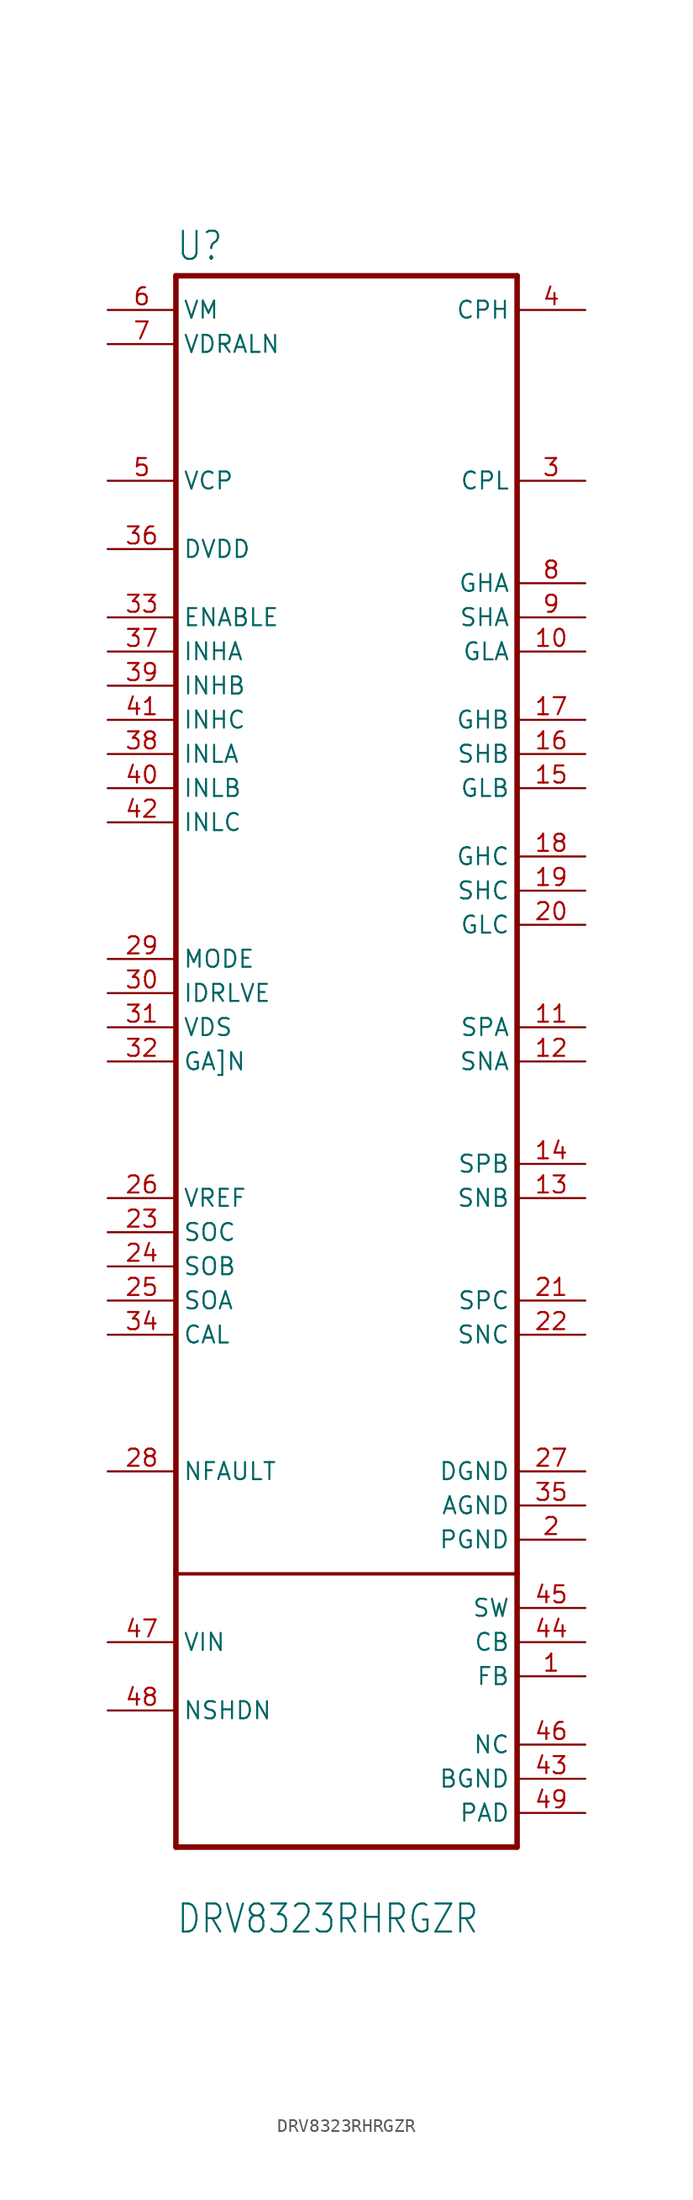
<source format=kicad_sym>
(kicad_symbol_lib
  (version 20210619)
  (generator kicad_symbol_editor)
  (symbol "DRV8323RHRGZR"
    (property "Reference" "U"
      (at -12.7 44.18 0)
      (effects (font (size 2.083 1.77)) (justify left bottom)))
    (property "Value" "DRV8323RHRGZR"
      (at -12.7 -80.2 0)
      (effects (font (size 2.083 1.77)) (justify left bottom)))
    (property "ki_locked" ""
      (at 0 0 0)
      (effects (font (size 1.27 1.27))))
    (symbol "DRV8323RHRGZR_1_0"
      (polyline (pts (xy -12.7 -73.66) (xy -12.7 -53.34)) (stroke (width 0.41)) (fill (type none)))
      (polyline (pts (xy -12.7 -53.34) (xy -12.7 43.18)) (stroke (width 0.41)) (fill (type none)))
      (polyline (pts (xy -12.7 -53.34) (xy 12.7 -53.34)) (stroke (width 0.254)) (fill (type none)))
      (polyline (pts (xy -12.7 43.18) (xy 12.7 43.18)) (stroke (width 0.41)) (fill (type none)))
      (polyline (pts (xy 12.7 -73.66) (xy -12.7 -73.66)) (stroke (width 0.41)) (fill (type none)))
      (polyline (pts (xy 12.7 -53.34) (xy 12.7 -73.66)) (stroke (width 0.41)) (fill (type none)))
      (polyline (pts (xy 12.7 43.18) (xy 12.7 -53.34)) (stroke (width 0.41)) (fill (type none)))
      (pin bidirectional line (at 17.78 -60.96 180) (length 5.08) (name "FB" (effects (font (size 1.27 1.27)))) (number "1" (effects (font (size 1.27 1.27)))))
      (pin output line (at 17.78 15.24 180) (length 5.08) (name "GLA" (effects (font (size 1.27 1.27)))) (number "10" (effects (font (size 1.27 1.27)))))
      (pin input line (at 17.78 -12.7 180) (length 5.08) (name "SPA" (effects (font (size 1.27 1.27)))) (number "11" (effects (font (size 1.27 1.27)))))
      (pin input line (at 17.78 -15.24 180) (length 5.08) (name "SNA" (effects (font (size 1.27 1.27)))) (number "12" (effects (font (size 1.27 1.27)))))
      (pin input line (at 17.78 -25.4 180) (length 5.08) (name "SNB" (effects (font (size 1.27 1.27)))) (number "13" (effects (font (size 1.27 1.27)))))
      (pin input line (at 17.78 -22.86 180) (length 5.08) (name "SPB" (effects (font (size 1.27 1.27)))) (number "14" (effects (font (size 1.27 1.27)))))
      (pin output line (at 17.78 5.08 180) (length 5.08) (name "GLB" (effects (font (size 1.27 1.27)))) (number "15" (effects (font (size 1.27 1.27)))))
      (pin input line (at 17.78 7.62 180) (length 5.08) (name "SHB" (effects (font (size 1.27 1.27)))) (number "16" (effects (font (size 1.27 1.27)))))
      (pin output line (at 17.78 10.16 180) (length 5.08) (name "GHB" (effects (font (size 1.27 1.27)))) (number "17" (effects (font (size 1.27 1.27)))))
      (pin output line (at 17.78 0 180) (length 5.08) (name "GHC" (effects (font (size 1.27 1.27)))) (number "18" (effects (font (size 1.27 1.27)))))
      (pin input line (at 17.78 -2.54 180) (length 5.08) (name "SHC" (effects (font (size 1.27 1.27)))) (number "19" (effects (font (size 1.27 1.27)))))
      (pin power_in line (at 17.78 -50.8 180) (length 5.08) (name "PGND" (effects (font (size 1.27 1.27)))) (number "2" (effects (font (size 1.27 1.27)))))
      (pin output line (at 17.78 -5.08 180) (length 5.08) (name "GLC" (effects (font (size 1.27 1.27)))) (number "20" (effects (font (size 1.27 1.27)))))
      (pin input line (at 17.78 -33.02 180) (length 5.08) (name "SPC" (effects (font (size 1.27 1.27)))) (number "21" (effects (font (size 1.27 1.27)))))
      (pin input line (at 17.78 -35.56 180) (length 5.08) (name "SNC" (effects (font (size 1.27 1.27)))) (number "22" (effects (font (size 1.27 1.27)))))
      (pin output line (at -17.78 -27.94 0) (length 5.08) (name "SOC" (effects (font (size 1.27 1.27)))) (number "23" (effects (font (size 1.27 1.27)))))
      (pin output line (at -17.78 -30.48 0) (length 5.08) (name "SOB" (effects (font (size 1.27 1.27)))) (number "24" (effects (font (size 1.27 1.27)))))
      (pin output line (at -17.78 -33.02 0) (length 5.08) (name "SOA" (effects (font (size 1.27 1.27)))) (number "25" (effects (font (size 1.27 1.27)))))
      (pin input line (at -17.78 -25.4 0) (length 5.08) (name "VREF" (effects (font (size 1.27 1.27)))) (number "26" (effects (font (size 1.27 1.27)))))
      (pin bidirectional line (at 17.78 -45.72 180) (length 5.08) (name "DGND" (effects (font (size 1.27 1.27)))) (number "27" (effects (font (size 1.27 1.27)))))
      (pin output line (at -17.78 -45.72 0) (length 5.08) (name "NFAULT" (effects (font (size 1.27 1.27)))) (number "28" (effects (font (size 1.27 1.27)))))
      (pin input line (at -17.78 -7.62 0) (length 5.08) (name "MODE" (effects (font (size 1.27 1.27)))) (number "29" (effects (font (size 1.27 1.27)))))
      (pin power_in line (at 17.78 27.94 180) (length 5.08) (name "CPL" (effects (font (size 1.27 1.27)))) (number "3" (effects (font (size 1.27 1.27)))))
      (pin input line (at -17.78 -10.16 0) (length 5.08) (name "IDRLVE" (effects (font (size 1.27 1.27)))) (number "30" (effects (font (size 1.27 1.27)))))
      (pin input line (at -17.78 -12.7 0) (length 5.08) (name "VDS" (effects (font (size 1.27 1.27)))) (number "31" (effects (font (size 1.27 1.27)))))
      (pin input line (at -17.78 -15.24 0) (length 5.08) (name "GA]N" (effects (font (size 1.27 1.27)))) (number "32" (effects (font (size 1.27 1.27)))))
      (pin input line (at -17.78 17.78 0) (length 5.08) (name "ENABLE" (effects (font (size 1.27 1.27)))) (number "33" (effects (font (size 1.27 1.27)))))
      (pin input line (at -17.78 -35.56 0) (length 5.08) (name "CAL" (effects (font (size 1.27 1.27)))) (number "34" (effects (font (size 1.27 1.27)))))
      (pin power_in line (at 17.78 -48.26 180) (length 5.08) (name "AGND" (effects (font (size 1.27 1.27)))) (number "35" (effects (font (size 1.27 1.27)))))
      (pin power_in line (at -17.78 22.86 0) (length 5.08) (name "DVDD" (effects (font (size 1.27 1.27)))) (number "36" (effects (font (size 1.27 1.27)))))
      (pin input line (at -17.78 15.24 0) (length 5.08) (name "INHA" (effects (font (size 1.27 1.27)))) (number "37" (effects (font (size 1.27 1.27)))))
      (pin input line (at -17.78 7.62 0) (length 5.08) (name "INLA" (effects (font (size 1.27 1.27)))) (number "38" (effects (font (size 1.27 1.27)))))
      (pin input line (at -17.78 12.7 0) (length 5.08) (name "INHB" (effects (font (size 1.27 1.27)))) (number "39" (effects (font (size 1.27 1.27)))))
      (pin power_in line (at 17.78 40.64 180) (length 5.08) (name "CPH" (effects (font (size 1.27 1.27)))) (number "4" (effects (font (size 1.27 1.27)))))
      (pin input line (at -17.78 5.08 0) (length 5.08) (name "INLB" (effects (font (size 1.27 1.27)))) (number "40" (effects (font (size 1.27 1.27)))))
      (pin input line (at -17.78 10.16 0) (length 5.08) (name "INHC" (effects (font (size 1.27 1.27)))) (number "41" (effects (font (size 1.27 1.27)))))
      (pin input line (at -17.78 2.54 0) (length 5.08) (name "INLC" (effects (font (size 1.27 1.27)))) (number "42" (effects (font (size 1.27 1.27)))))
      (pin bidirectional line (at 17.78 -68.58 180) (length 5.08) (name "BGND" (effects (font (size 1.27 1.27)))) (number "43" (effects (font (size 1.27 1.27)))))
      (pin bidirectional line (at 17.78 -58.42 180) (length 5.08) (name "CB" (effects (font (size 1.27 1.27)))) (number "44" (effects (font (size 1.27 1.27)))))
      (pin bidirectional line (at 17.78 -55.88 180) (length 5.08) (name "SW" (effects (font (size 1.27 1.27)))) (number "45" (effects (font (size 1.27 1.27)))))
      (pin bidirectional line (at 17.78 -66.04 180) (length 5.08) (name "NC" (effects (font (size 1.27 1.27)))) (number "46" (effects (font (size 1.27 1.27)))))
      (pin bidirectional line (at -17.78 -58.42 0) (length 5.08) (name "VIN" (effects (font (size 1.27 1.27)))) (number "47" (effects (font (size 1.27 1.27)))))
      (pin bidirectional line (at -17.78 -63.5 0) (length 5.08) (name "NSHDN" (effects (font (size 1.27 1.27)))) (number "48" (effects (font (size 1.27 1.27)))))
      (pin bidirectional line (at 17.78 -71.12 180) (length 5.08) (name "PAD" (effects (font (size 1.27 1.27)))) (number "49" (effects (font (size 1.27 1.27)))))
      (pin power_in line (at -17.78 27.94 0) (length 5.08) (name "VCP" (effects (font (size 1.27 1.27)))) (number "5" (effects (font (size 1.27 1.27)))))
      (pin power_in line (at -17.78 40.64 0) (length 5.08) (name "VM" (effects (font (size 1.27 1.27)))) (number "6" (effects (font (size 1.27 1.27)))))
      (pin input line (at -17.78 38.1 0) (length 5.08) (name "VDRALN" (effects (font (size 1.27 1.27)))) (number "7" (effects (font (size 1.27 1.27)))))
      (pin output line (at 17.78 20.32 180) (length 5.08) (name "GHA" (effects (font (size 1.27 1.27)))) (number "8" (effects (font (size 1.27 1.27)))))
      (pin input line (at 17.78 17.78 180) (length 5.08) (name "SHA" (effects (font (size 1.27 1.27)))) (number "9" (effects (font (size 1.27 1.27))))))))
</source>
